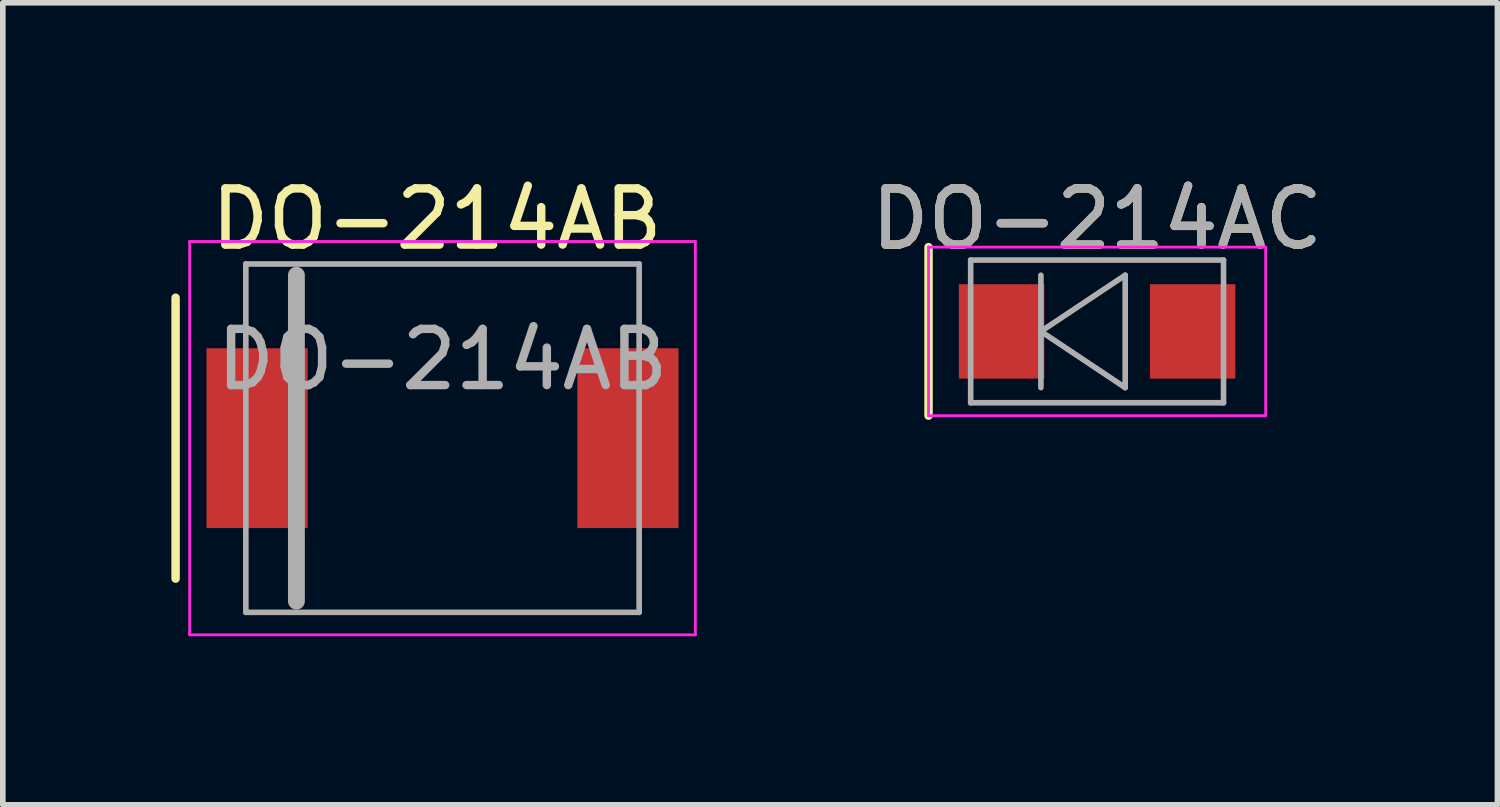
<source format=kicad_pcb>
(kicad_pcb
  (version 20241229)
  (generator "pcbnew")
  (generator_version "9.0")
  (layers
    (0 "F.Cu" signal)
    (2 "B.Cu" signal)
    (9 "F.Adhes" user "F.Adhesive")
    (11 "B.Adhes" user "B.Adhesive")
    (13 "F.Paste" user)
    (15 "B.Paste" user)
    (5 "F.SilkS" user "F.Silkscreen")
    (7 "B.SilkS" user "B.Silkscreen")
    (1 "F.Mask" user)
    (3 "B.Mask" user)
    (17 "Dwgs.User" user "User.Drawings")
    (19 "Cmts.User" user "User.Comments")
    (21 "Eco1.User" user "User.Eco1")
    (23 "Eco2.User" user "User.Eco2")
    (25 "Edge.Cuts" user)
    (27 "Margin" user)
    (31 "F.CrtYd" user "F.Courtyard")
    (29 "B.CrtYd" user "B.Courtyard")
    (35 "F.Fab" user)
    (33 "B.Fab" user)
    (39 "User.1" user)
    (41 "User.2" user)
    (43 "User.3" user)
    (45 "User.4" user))
  (footprint "DO-214AB"
    (layer "F.Cu")
    (at 4.825 4.748)
    (property "Reference" "DO-214AB" (at -0.1 -3.9 0) (layer "F.SilkS") (effects (font (size 1 1) (thickness 0.15))))
    (attr smd)
    (fp_line (start -4.75 -2.5) (end -4.75 2.5) (stroke (width 0.15) (type solid)) (layer "F.SilkS"))
    (fp_line (start -4.5 -3.5) (end 4.5 -3.5) (stroke (width 0.05) (type solid)) (layer "F.CrtYd"))
    (fp_line (start -4.5 3.5) (end -4.5 -3.5) (stroke (width 0.05) (type solid)) (layer "F.CrtYd"))
    (fp_line (start 4.5 -3.5) (end 4.5 3.5) (stroke (width 0.05) (type solid)) (layer "F.CrtYd"))
    (fp_line (start 4.5 3.5) (end -4.5 3.5) (stroke (width 0.05) (type solid)) (layer "F.CrtYd"))
    (fp_line (start -3.5 -3.1) (end 3.5 -3.1) (stroke (width 0.1) (type solid)) (layer "F.Fab"))
    (fp_line (start -3.5 3.1) (end -3.5 -3.1) (stroke (width 0.1) (type solid)) (layer "F.Fab"))
    (fp_line (start -2.6 -2.9) (end -2.6 2.9) (stroke (width 0.3) (type solid)) (layer "F.Fab"))
    (fp_line (start 3.5 -3.1) (end 3.5 3.1) (stroke (width 0.1) (type solid)) (layer "F.Fab"))
    (fp_line (start 3.5 3.1) (end -3.5 3.1) (stroke (width 0.1) (type solid)) (layer "F.Fab"))
    (fp_text user "${REFERENCE}" (at 0 -1.4 0) (layer "F.Fab") (effects (font (size 1 1) (thickness 0.15))))
    (pad "A" smd rect (at 3.3 0) (size 1.8 3.2) (layers "F.Cu" "F.Mask" "F.Paste"))
    (pad "C" smd rect (at -3.3 0) (size 1.8 3.2) (layers "F.Cu" "F.Mask" "F.Paste")))
  (footprint "DO-214AC"
    (layer "F.Cu")
    (at 16.475 2.848)
    (property "Reference" "DO-214AC" (at 0 -2 0) (layer "F.SilkS") (effects (font (size 1 1) (thickness 0.15))))
    (attr smd)
    (fp_line (start -3 -1.5) (end -3 1.5) (stroke (width 0.15) (type solid)) (layer "F.SilkS"))
    (fp_line (start -3 -1.5) (end 3 -1.5) (stroke (width 0.05) (type solid)) (layer "F.CrtYd"))
    (fp_line (start -3 1.5) (end -3 -1.5) (stroke (width 0.05) (type solid)) (layer "F.CrtYd"))
    (fp_line (start 3 -1.5) (end 3 1.5) (stroke (width 0.05) (type solid)) (layer "F.CrtYd"))
    (fp_line (start 3 1.5) (end -3 1.5) (stroke (width 0.05) (type solid)) (layer "F.CrtYd"))
    (fp_line (start -2.25 -1.27) (end 2.25 -1.27) (stroke (width 0.1) (type solid)) (layer "F.Fab"))
    (fp_line (start -2.25 1.27) (end -2.25 -1.27) (stroke (width 0.1) (type solid)) (layer "F.Fab"))
    (fp_line (start -1 -1) (end -1 1) (stroke (width 0.1) (type solid)) (layer "F.Fab"))
    (fp_line (start 0.5 -1) (end -1 0) (stroke (width 0.1) (type solid)) (layer "F.Fab"))
    (fp_line (start 0.5 -1) (end 0.5 1) (stroke (width 0.1) (type solid)) (layer "F.Fab"))
    (fp_line (start 0.5 1) (end -1 0) (stroke (width 0.1) (type solid)) (layer "F.Fab"))
    (fp_line (start 2.25 -1.27) (end 2.25 1.27) (stroke (width 0.1) (type solid)) (layer "F.Fab"))
    (fp_line (start 2.25 1.27) (end -2.25 1.27) (stroke (width 0.1) (type solid)) (layer "F.Fab"))
    (fp_text user "${REFERENCE}" (at 0 -2 0) (layer "F.Fab") (effects (font (size 1 1) (thickness 0.15))))
    (pad "1" smd rect (at -1.7 0) (size 1.52 1.68) (layers "F.Cu" "F.Mask" "F.Paste"))
    (pad "2" smd rect (at 1.7 0) (size 1.52 1.68) (layers "F.Cu" "F.Mask" "F.Paste")))
  (gr_rect
    (start -3 -3)
    (end 23.6 11.273)
    (stroke (width 0.1) (type default))
    (fill no)
    (layer "Edge.Cuts")))
</source>
